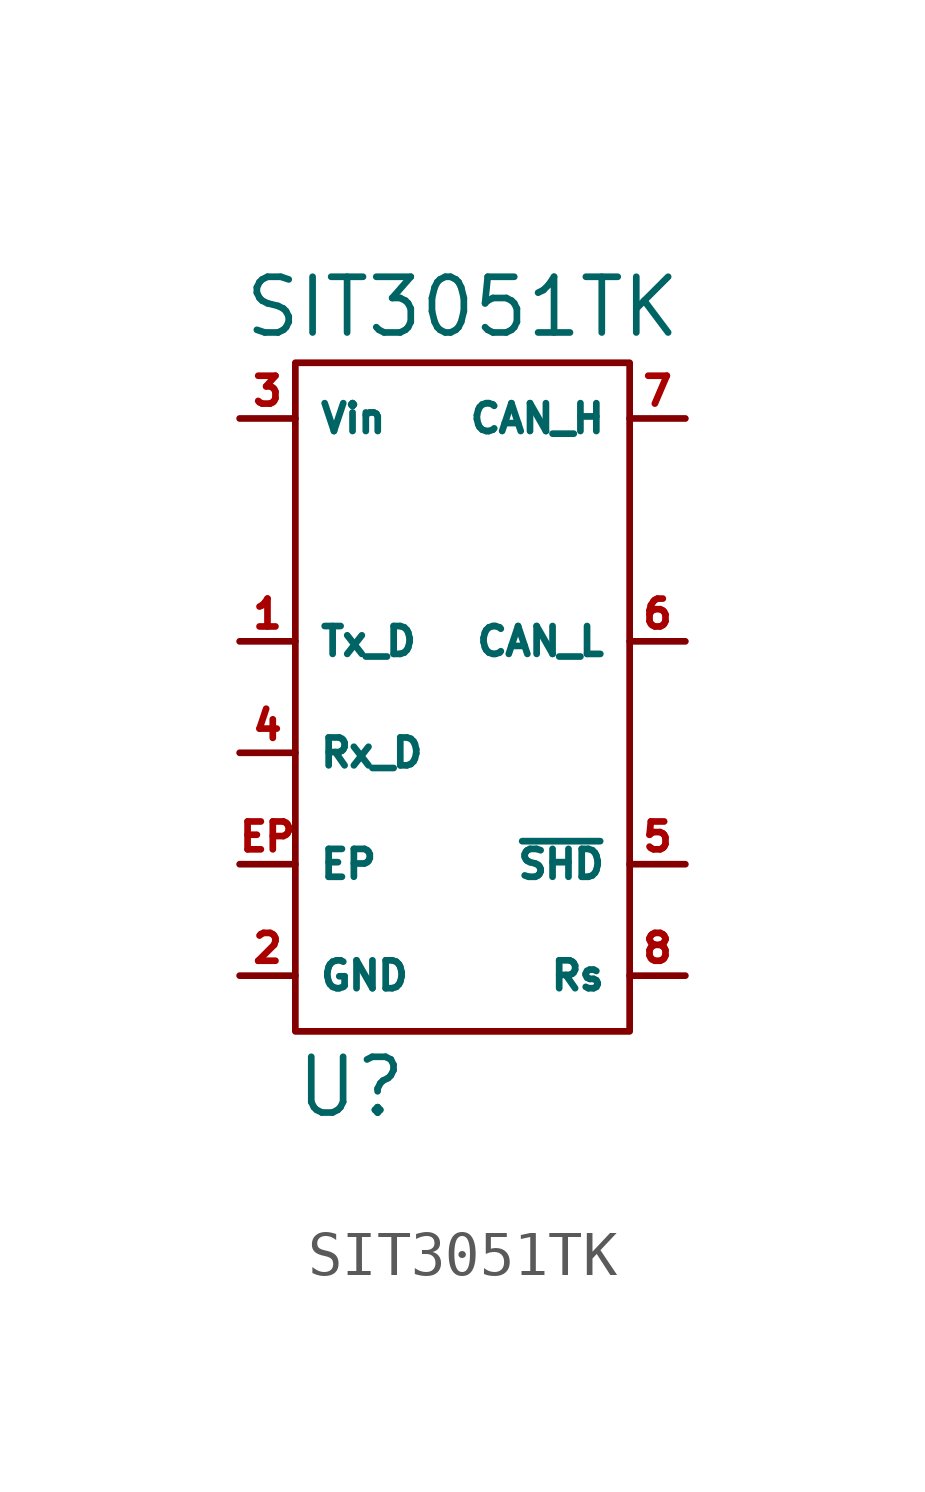
<source format=kicad_sym>
(kicad_symbol_lib
  (version 20211014)
  (generator kicad_symbol_editor)
  (symbol "SIT3051TK"
    (property "Reference" "U"
      (at -2.54 -10.16 0)
      (effects (font (size 1.27 1.27))))
    (property "Value" "SIT3051TK"
      (at 0 7.62 0)
      (effects (font (size 1.27 1.27))))
    (symbol "SIT3051TK_0_1"
      (rectangle (start -3.81 6.35) (end 3.81 -8.89) (stroke (width 0) (type default) (color 0 0 0 0)) (fill (type none))))
    (symbol "SIT3051TK_1_1"
      (pin input line (at -5.08 0 0) (length 1.27) (name "Tx_D" (effects (font (size 0.635 0.635)))) (number "1" (effects (font (size 0.635 0.635)))))
      (pin power_in line (at -5.08 -7.62 0) (length 1.27) (name "GND" (effects (font (size 0.635 0.635)))) (number "2" (effects (font (size 0.635 0.635)))))
      (pin power_in line (at -5.08 5.08 0) (length 1.27) (name "Vin" (effects (font (size 0.635 0.635)))) (number "3" (effects (font (size 0.635 0.635)))))
      (pin output line (at -5.08 -2.54 0) (length 1.27) (name "Rx_D" (effects (font (size 0.635 0.635)))) (number "4" (effects (font (size 0.635 0.635)))))
      (pin input line (at 5.08 -5.08 180) (length 1.27) (name "~{SHD}" (effects (font (size 0.635 0.635)))) (number "5" (effects (font (size 0.635 0.635)))))
      (pin bidirectional line (at 5.08 0 180) (length 1.27) (name "CAN_L" (effects (font (size 0.635 0.635)))) (number "6" (effects (font (size 0.635 0.635)))))
      (pin bidirectional line (at 5.08 5.08 180) (length 1.27) (name "CAN_H" (effects (font (size 0.635 0.635)))) (number "7" (effects (font (size 0.635 0.635)))))
      (pin input line (at 5.08 -7.62 180) (length 1.27) (name "Rs" (effects (font (size 0.635 0.635)))) (number "8" (effects (font (size 0.635 0.635)))))
      (pin passive line (at -5.08 -5.08 0) (length 1.27) (name "EP" (effects (font (size 0.635 0.635)))) (number "EP" (effects (font (size 0.635 0.635))))))))
</source>
